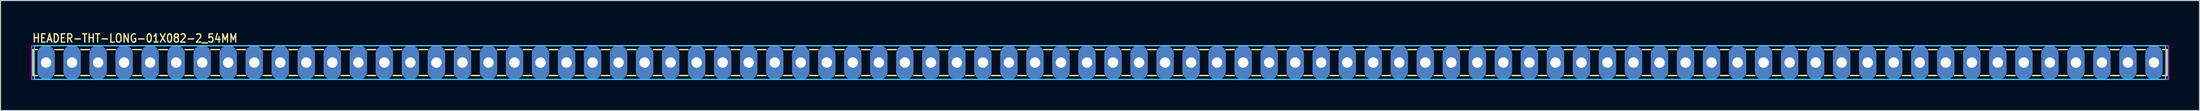
<source format=kicad_pcb>
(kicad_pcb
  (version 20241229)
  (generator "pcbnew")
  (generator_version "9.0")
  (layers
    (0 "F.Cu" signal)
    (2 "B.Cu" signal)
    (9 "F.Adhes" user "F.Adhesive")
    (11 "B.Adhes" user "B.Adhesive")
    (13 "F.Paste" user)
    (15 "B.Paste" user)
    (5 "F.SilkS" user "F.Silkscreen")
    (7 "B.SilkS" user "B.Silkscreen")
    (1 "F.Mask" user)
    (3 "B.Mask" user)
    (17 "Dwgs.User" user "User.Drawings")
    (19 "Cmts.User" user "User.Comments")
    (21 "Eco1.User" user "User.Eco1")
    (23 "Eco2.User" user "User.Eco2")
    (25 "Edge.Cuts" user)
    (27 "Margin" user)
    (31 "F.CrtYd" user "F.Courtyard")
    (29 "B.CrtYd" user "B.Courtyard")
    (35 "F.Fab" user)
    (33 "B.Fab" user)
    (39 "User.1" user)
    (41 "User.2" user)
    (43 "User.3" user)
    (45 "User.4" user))
  (footprint "HEADER-THT-LONG-01X082-2_54MM"
    (layer "F.Cu")
    (at 1.447 3.079)
    (property "Reference" "HEADER-THT-LONG-01X082-2_54MM" (at -1.4 -1.9 0) (unlocked yes) (layer "F.SilkS") (effects (font (size 0.813 0.695) (thickness 0.122)) (justify left bottom)))
    (fp_line (start -1.27 -1.27) (end -1.27 1.27) (stroke (width 0.127) (type solid)) (layer "F.SilkS"))
    (fp_line (start -1.27 1.27) (end -0.85 1.27) (stroke (width 0.127) (type solid)) (layer "F.SilkS"))
    (fp_line (start -0.85 -1.27) (end -1.27 -1.27) (stroke (width 0.127) (type solid)) (layer "F.SilkS"))
    (fp_line (start 0.85 -1.27) (end 1.69 -1.27) (stroke (width 0.127) (type solid)) (layer "F.SilkS"))
    (fp_line (start 0.85 1.27) (end 1.69 1.27) (stroke (width 0.127) (type solid)) (layer "F.SilkS"))
    (fp_line (start 3.39 -1.27) (end 4.23 -1.27) (stroke (width 0.127) (type solid)) (layer "F.SilkS"))
    (fp_line (start 3.39 1.27) (end 4.23 1.27) (stroke (width 0.127) (type solid)) (layer "F.SilkS"))
    (fp_line (start 5.93 -1.27) (end 6.77 -1.27) (stroke (width 0.127) (type solid)) (layer "F.SilkS"))
    (fp_line (start 5.93 1.27) (end 6.77 1.27) (stroke (width 0.127) (type solid)) (layer "F.SilkS"))
    (fp_line (start 8.47 -1.27) (end 9.31 -1.27) (stroke (width 0.127) (type solid)) (layer "F.SilkS"))
    (fp_line (start 8.47 1.27) (end 9.31 1.27) (stroke (width 0.127) (type solid)) (layer "F.SilkS"))
    (fp_line (start 11.01 -1.27) (end 11.85 -1.27) (stroke (width 0.127) (type solid)) (layer "F.SilkS"))
    (fp_line (start 11.01 1.27) (end 11.85 1.27) (stroke (width 0.127) (type solid)) (layer "F.SilkS"))
    (fp_line (start 13.55 -1.27) (end 14.39 -1.27) (stroke (width 0.127) (type solid)) (layer "F.SilkS"))
    (fp_line (start 13.55 1.27) (end 14.39 1.27) (stroke (width 0.127) (type solid)) (layer "F.SilkS"))
    (fp_line (start 16.09 -1.27) (end 16.93 -1.27) (stroke (width 0.127) (type solid)) (layer "F.SilkS"))
    (fp_line (start 16.09 1.27) (end 16.93 1.27) (stroke (width 0.127) (type solid)) (layer "F.SilkS"))
    (fp_line (start 18.63 -1.27) (end 19.47 -1.27) (stroke (width 0.127) (type solid)) (layer "F.SilkS"))
    (fp_line (start 18.63 1.27) (end 19.47 1.27) (stroke (width 0.127) (type solid)) (layer "F.SilkS"))
    (fp_line (start 21.17 -1.27) (end 22.01 -1.27) (stroke (width 0.127) (type solid)) (layer "F.SilkS"))
    (fp_line (start 21.17 1.27) (end 22.01 1.27) (stroke (width 0.127) (type solid)) (layer "F.SilkS"))
    (fp_line (start 23.71 -1.27) (end 24.55 -1.27) (stroke (width 0.127) (type solid)) (layer "F.SilkS"))
    (fp_line (start 23.71 1.27) (end 24.55 1.27) (stroke (width 0.127) (type solid)) (layer "F.SilkS"))
    (fp_line (start 26.25 -1.27) (end 27.09 -1.27) (stroke (width 0.127) (type solid)) (layer "F.SilkS"))
    (fp_line (start 26.25 1.27) (end 27.09 1.27) (stroke (width 0.127) (type solid)) (layer "F.SilkS"))
    (fp_line (start 28.79 -1.27) (end 29.63 -1.27) (stroke (width 0.127) (type solid)) (layer "F.SilkS"))
    (fp_line (start 28.79 1.27) (end 29.63 1.27) (stroke (width 0.127) (type solid)) (layer "F.SilkS"))
    (fp_line (start 31.33 -1.27) (end 32.17 -1.27) (stroke (width 0.127) (type solid)) (layer "F.SilkS"))
    (fp_line (start 31.33 1.27) (end 32.17 1.27) (stroke (width 0.127) (type solid)) (layer "F.SilkS"))
    (fp_line (start 33.87 -1.27) (end 34.71 -1.27) (stroke (width 0.127) (type solid)) (layer "F.SilkS"))
    (fp_line (start 33.87 1.27) (end 34.71 1.27) (stroke (width 0.127) (type solid)) (layer "F.SilkS"))
    (fp_line (start 36.41 -1.27) (end 37.25 -1.27) (stroke (width 0.127) (type solid)) (layer "F.SilkS"))
    (fp_line (start 36.41 1.27) (end 37.25 1.27) (stroke (width 0.127) (type solid)) (layer "F.SilkS"))
    (fp_line (start 38.95 -1.27) (end 39.79 -1.27) (stroke (width 0.127) (type solid)) (layer "F.SilkS"))
    (fp_line (start 38.95 1.27) (end 39.79 1.27) (stroke (width 0.127) (type solid)) (layer "F.SilkS"))
    (fp_line (start 41.49 -1.27) (end 42.33 -1.27) (stroke (width 0.127) (type solid)) (layer "F.SilkS"))
    (fp_line (start 41.49 1.27) (end 42.33 1.27) (stroke (width 0.127) (type solid)) (layer "F.SilkS"))
    (fp_line (start 44.03 -1.27) (end 44.87 -1.27) (stroke (width 0.127) (type solid)) (layer "F.SilkS"))
    (fp_line (start 44.03 1.27) (end 44.87 1.27) (stroke (width 0.127) (type solid)) (layer "F.SilkS"))
    (fp_line (start 46.57 -1.27) (end 47.41 -1.27) (stroke (width 0.127) (type solid)) (layer "F.SilkS"))
    (fp_line (start 46.57 1.27) (end 47.41 1.27) (stroke (width 0.127) (type solid)) (layer "F.SilkS"))
    (fp_line (start 49.11 -1.27) (end 49.95 -1.27) (stroke (width 0.127) (type solid)) (layer "F.SilkS"))
    (fp_line (start 49.11 1.27) (end 49.95 1.27) (stroke (width 0.127) (type solid)) (layer "F.SilkS"))
    (fp_line (start 51.65 -1.27) (end 52.49 -1.27) (stroke (width 0.127) (type solid)) (layer "F.SilkS"))
    (fp_line (start 51.65 1.27) (end 52.49 1.27) (stroke (width 0.127) (type solid)) (layer "F.SilkS"))
    (fp_line (start 54.19 -1.27) (end 55.03 -1.27) (stroke (width 0.127) (type solid)) (layer "F.SilkS"))
    (fp_line (start 54.19 1.27) (end 55.03 1.27) (stroke (width 0.127) (type solid)) (layer "F.SilkS"))
    (fp_line (start 56.73 -1.27) (end 57.57 -1.27) (stroke (width 0.127) (type solid)) (layer "F.SilkS"))
    (fp_line (start 56.73 1.27) (end 57.57 1.27) (stroke (width 0.127) (type solid)) (layer "F.SilkS"))
    (fp_line (start 59.27 -1.27) (end 60.11 -1.27) (stroke (width 0.127) (type solid)) (layer "F.SilkS"))
    (fp_line (start 59.27 1.27) (end 60.11 1.27) (stroke (width 0.127) (type solid)) (layer "F.SilkS"))
    (fp_line (start 61.81 -1.27) (end 62.65 -1.27) (stroke (width 0.127) (type solid)) (layer "F.SilkS"))
    (fp_line (start 61.81 1.27) (end 62.65 1.27) (stroke (width 0.127) (type solid)) (layer "F.SilkS"))
    (fp_line (start 64.35 -1.27) (end 65.19 -1.27) (stroke (width 0.127) (type solid)) (layer "F.SilkS"))
    (fp_line (start 64.35 1.27) (end 65.19 1.27) (stroke (width 0.127) (type solid)) (layer "F.SilkS"))
    (fp_line (start 66.89 -1.27) (end 67.73 -1.27) (stroke (width 0.127) (type solid)) (layer "F.SilkS"))
    (fp_line (start 66.89 1.27) (end 67.73 1.27) (stroke (width 0.127) (type solid)) (layer "F.SilkS"))
    (fp_line (start 69.43 -1.27) (end 70.27 -1.27) (stroke (width 0.127) (type solid)) (layer "F.SilkS"))
    (fp_line (start 69.43 1.27) (end 70.27 1.27) (stroke (width 0.127) (type solid)) (layer "F.SilkS"))
    (fp_line (start 71.97 -1.27) (end 72.81 -1.27) (stroke (width 0.127) (type solid)) (layer "F.SilkS"))
    (fp_line (start 71.97 1.27) (end 72.81 1.27) (stroke (width 0.127) (type solid)) (layer "F.SilkS"))
    (fp_line (start 74.51 -1.27) (end 75.35 -1.27) (stroke (width 0.127) (type solid)) (layer "F.SilkS"))
    (fp_line (start 74.51 1.27) (end 75.35 1.27) (stroke (width 0.127) (type solid)) (layer "F.SilkS"))
    (fp_line (start 77.05 -1.27) (end 77.89 -1.27) (stroke (width 0.127) (type solid)) (layer "F.SilkS"))
    (fp_line (start 77.05 1.27) (end 77.89 1.27) (stroke (width 0.127) (type solid)) (layer "F.SilkS"))
    (fp_line (start 79.59 -1.27) (end 80.43 -1.27) (stroke (width 0.127) (type solid)) (layer "F.SilkS"))
    (fp_line (start 79.59 1.27) (end 80.43 1.27) (stroke (width 0.127) (type solid)) (layer "F.SilkS"))
    (fp_line (start 82.13 -1.27) (end 82.97 -1.27) (stroke (width 0.127) (type solid)) (layer "F.SilkS"))
    (fp_line (start 82.13 1.27) (end 82.97 1.27) (stroke (width 0.127) (type solid)) (layer "F.SilkS"))
    (fp_line (start 84.67 -1.27) (end 85.51 -1.27) (stroke (width 0.127) (type solid)) (layer "F.SilkS"))
    (fp_line (start 84.67 1.27) (end 85.51 1.27) (stroke (width 0.127) (type solid)) (layer "F.SilkS"))
    (fp_line (start 87.21 -1.27) (end 88.05 -1.27) (stroke (width 0.127) (type solid)) (layer "F.SilkS"))
    (fp_line (start 87.21 1.27) (end 88.05 1.27) (stroke (width 0.127) (type solid)) (layer "F.SilkS"))
    (fp_line (start 89.75 -1.27) (end 90.59 -1.27) (stroke (width 0.127) (type solid)) (layer "F.SilkS"))
    (fp_line (start 89.75 1.27) (end 90.59 1.27) (stroke (width 0.127) (type solid)) (layer "F.SilkS"))
    (fp_line (start 92.29 -1.27) (end 93.13 -1.27) (stroke (width 0.127) (type solid)) (layer "F.SilkS"))
    (fp_line (start 92.29 1.27) (end 93.13 1.27) (stroke (width 0.127) (type solid)) (layer "F.SilkS"))
    (fp_line (start 94.83 -1.27) (end 95.67 -1.27) (stroke (width 0.127) (type solid)) (layer "F.SilkS"))
    (fp_line (start 94.83 1.27) (end 95.67 1.27) (stroke (width 0.127) (type solid)) (layer "F.SilkS"))
    (fp_line (start 97.37 -1.27) (end 98.21 -1.27) (stroke (width 0.127) (type solid)) (layer "F.SilkS"))
    (fp_line (start 97.37 1.27) (end 98.21 1.27) (stroke (width 0.127) (type solid)) (layer "F.SilkS"))
    (fp_line (start 99.91 -1.27) (end 100.75 -1.27) (stroke (width 0.127) (type solid)) (layer "F.SilkS"))
    (fp_line (start 99.91 1.27) (end 100.75 1.27) (stroke (width 0.127) (type solid)) (layer "F.SilkS"))
    (fp_line (start 102.45 -1.27) (end 103.29 -1.27) (stroke (width 0.127) (type solid)) (layer "F.SilkS"))
    (fp_line (start 102.45 1.27) (end 103.29 1.27) (stroke (width 0.127) (type solid)) (layer "F.SilkS"))
    (fp_line (start 104.99 -1.27) (end 105.83 -1.27) (stroke (width 0.127) (type solid)) (layer "F.SilkS"))
    (fp_line (start 104.99 1.27) (end 105.83 1.27) (stroke (width 0.127) (type solid)) (layer "F.SilkS"))
    (fp_line (start 107.53 -1.27) (end 108.37 -1.27) (stroke (width 0.127) (type solid)) (layer "F.SilkS"))
    (fp_line (start 107.53 1.27) (end 108.37 1.27) (stroke (width 0.127) (type solid)) (layer "F.SilkS"))
    (fp_line (start 110.07 -1.27) (end 110.91 -1.27) (stroke (width 0.127) (type solid)) (layer "F.SilkS"))
    (fp_line (start 110.07 1.27) (end 110.91 1.27) (stroke (width 0.127) (type solid)) (layer "F.SilkS"))
    (fp_line (start 112.61 -1.27) (end 113.45 -1.27) (stroke (width 0.127) (type solid)) (layer "F.SilkS"))
    (fp_line (start 112.61 1.27) (end 113.45 1.27) (stroke (width 0.127) (type solid)) (layer "F.SilkS"))
    (fp_line (start 115.15 -1.27) (end 115.99 -1.27) (stroke (width 0.127) (type solid)) (layer "F.SilkS"))
    (fp_line (start 115.15 1.27) (end 115.99 1.27) (stroke (width 0.127) (type solid)) (layer "F.SilkS"))
    (fp_line (start 117.69 -1.27) (end 118.53 -1.27) (stroke (width 0.127) (type solid)) (layer "F.SilkS"))
    (fp_line (start 117.69 1.27) (end 118.53 1.27) (stroke (width 0.127) (type solid)) (layer "F.SilkS"))
    (fp_line (start 120.23 -1.27) (end 121.07 -1.27) (stroke (width 0.127) (type solid)) (layer "F.SilkS"))
    (fp_line (start 120.23 1.27) (end 121.07 1.27) (stroke (width 0.127) (type solid)) (layer "F.SilkS"))
    (fp_line (start 122.77 -1.27) (end 123.61 -1.27) (stroke (width 0.127) (type solid)) (layer "F.SilkS"))
    (fp_line (start 122.77 1.27) (end 123.61 1.27) (stroke (width 0.127) (type solid)) (layer "F.SilkS"))
    (fp_line (start 125.31 -1.27) (end 126.15 -1.27) (stroke (width 0.127) (type solid)) (layer "F.SilkS"))
    (fp_line (start 125.31 1.27) (end 126.15 1.27) (stroke (width 0.127) (type solid)) (layer "F.SilkS"))
    (fp_line (start 127.85 -1.27) (end 128.69 -1.27) (stroke (width 0.127) (type solid)) (layer "F.SilkS"))
    (fp_line (start 127.85 1.27) (end 128.69 1.27) (stroke (width 0.127) (type solid)) (layer "F.SilkS"))
    (fp_line (start 130.39 -1.27) (end 131.23 -1.27) (stroke (width 0.127) (type solid)) (layer "F.SilkS"))
    (fp_line (start 130.39 1.27) (end 131.23 1.27) (stroke (width 0.127) (type solid)) (layer "F.SilkS"))
    (fp_line (start 132.93 -1.27) (end 133.77 -1.27) (stroke (width 0.127) (type solid)) (layer "F.SilkS"))
    (fp_line (start 132.93 1.27) (end 133.77 1.27) (stroke (width 0.127) (type solid)) (layer "F.SilkS"))
    (fp_line (start 135.47 -1.27) (end 136.31 -1.27) (stroke (width 0.127) (type solid)) (layer "F.SilkS"))
    (fp_line (start 135.47 1.27) (end 136.31 1.27) (stroke (width 0.127) (type solid)) (layer "F.SilkS"))
    (fp_line (start 138.01 -1.27) (end 138.85 -1.27) (stroke (width 0.127) (type solid)) (layer "F.SilkS"))
    (fp_line (start 138.01 1.27) (end 138.85 1.27) (stroke (width 0.127) (type solid)) (layer "F.SilkS"))
    (fp_line (start 140.55 -1.27) (end 141.39 -1.27) (stroke (width 0.127) (type solid)) (layer "F.SilkS"))
    (fp_line (start 140.55 1.27) (end 141.39 1.27) (stroke (width 0.127) (type solid)) (layer "F.SilkS"))
    (fp_line (start 143.09 -1.27) (end 143.93 -1.27) (stroke (width 0.127) (type solid)) (layer "F.SilkS"))
    (fp_line (start 143.09 1.27) (end 143.93 1.27) (stroke (width 0.127) (type solid)) (layer "F.SilkS"))
    (fp_line (start 145.63 -1.27) (end 146.47 -1.27) (stroke (width 0.127) (type solid)) (layer "F.SilkS"))
    (fp_line (start 145.63 1.27) (end 146.47 1.27) (stroke (width 0.127) (type solid)) (layer "F.SilkS"))
    (fp_line (start 148.17 -1.27) (end 149.01 -1.27) (stroke (width 0.127) (type solid)) (layer "F.SilkS"))
    (fp_line (start 148.17 1.27) (end 149.01 1.27) (stroke (width 0.127) (type solid)) (layer "F.SilkS"))
    (fp_line (start 150.71 -1.27) (end 151.55 -1.27) (stroke (width 0.127) (type solid)) (layer "F.SilkS"))
    (fp_line (start 150.71 1.27) (end 151.55 1.27) (stroke (width 0.127) (type solid)) (layer "F.SilkS"))
    (fp_line (start 153.25 -1.27) (end 154.09 -1.27) (stroke (width 0.127) (type solid)) (layer "F.SilkS"))
    (fp_line (start 153.25 1.27) (end 154.09 1.27) (stroke (width 0.127) (type solid)) (layer "F.SilkS"))
    (fp_line (start 155.79 -1.27) (end 156.63 -1.27) (stroke (width 0.127) (type solid)) (layer "F.SilkS"))
    (fp_line (start 155.79 1.27) (end 156.63 1.27) (stroke (width 0.127) (type solid)) (layer "F.SilkS"))
    (fp_line (start 158.33 -1.27) (end 159.17 -1.27) (stroke (width 0.127) (type solid)) (layer "F.SilkS"))
    (fp_line (start 158.33 1.27) (end 159.17 1.27) (stroke (width 0.127) (type solid)) (layer "F.SilkS"))
    (fp_line (start 160.87 -1.27) (end 161.71 -1.27) (stroke (width 0.127) (type solid)) (layer "F.SilkS"))
    (fp_line (start 160.87 1.27) (end 161.71 1.27) (stroke (width 0.127) (type solid)) (layer "F.SilkS"))
    (fp_line (start 163.41 -1.27) (end 164.25 -1.27) (stroke (width 0.127) (type solid)) (layer "F.SilkS"))
    (fp_line (start 163.41 1.27) (end 164.25 1.27) (stroke (width 0.127) (type solid)) (layer "F.SilkS"))
    (fp_line (start 165.95 -1.27) (end 166.79 -1.27) (stroke (width 0.127) (type solid)) (layer "F.SilkS"))
    (fp_line (start 165.95 1.27) (end 166.79 1.27) (stroke (width 0.127) (type solid)) (layer "F.SilkS"))
    (fp_line (start 168.49 -1.27) (end 169.33 -1.27) (stroke (width 0.127) (type solid)) (layer "F.SilkS"))
    (fp_line (start 168.49 1.27) (end 169.33 1.27) (stroke (width 0.127) (type solid)) (layer "F.SilkS"))
    (fp_line (start 171.03 -1.27) (end 171.87 -1.27) (stroke (width 0.127) (type solid)) (layer "F.SilkS"))
    (fp_line (start 171.03 1.27) (end 171.87 1.27) (stroke (width 0.127) (type solid)) (layer "F.SilkS"))
    (fp_line (start 173.57 -1.27) (end 174.41 -1.27) (stroke (width 0.127) (type solid)) (layer "F.SilkS"))
    (fp_line (start 173.57 1.27) (end 174.41 1.27) (stroke (width 0.127) (type solid)) (layer "F.SilkS"))
    (fp_line (start 176.11 -1.27) (end 176.95 -1.27) (stroke (width 0.127) (type solid)) (layer "F.SilkS"))
    (fp_line (start 176.11 1.27) (end 176.95 1.27) (stroke (width 0.127) (type solid)) (layer "F.SilkS"))
    (fp_line (start 178.65 -1.27) (end 179.49 -1.27) (stroke (width 0.127) (type solid)) (layer "F.SilkS"))
    (fp_line (start 178.65 1.27) (end 179.49 1.27) (stroke (width 0.127) (type solid)) (layer "F.SilkS"))
    (fp_line (start 181.19 -1.27) (end 182.03 -1.27) (stroke (width 0.127) (type solid)) (layer "F.SilkS"))
    (fp_line (start 181.19 1.27) (end 182.03 1.27) (stroke (width 0.127) (type solid)) (layer "F.SilkS"))
    (fp_line (start 183.73 -1.27) (end 184.57 -1.27) (stroke (width 0.127) (type solid)) (layer "F.SilkS"))
    (fp_line (start 183.73 1.27) (end 184.57 1.27) (stroke (width 0.127) (type solid)) (layer "F.SilkS"))
    (fp_line (start 186.27 -1.27) (end 187.11 -1.27) (stroke (width 0.127) (type solid)) (layer "F.SilkS"))
    (fp_line (start 186.27 1.27) (end 187.11 1.27) (stroke (width 0.127) (type solid)) (layer "F.SilkS"))
    (fp_line (start 188.81 -1.27) (end 189.65 -1.27) (stroke (width 0.127) (type solid)) (layer "F.SilkS"))
    (fp_line (start 188.81 1.27) (end 189.65 1.27) (stroke (width 0.127) (type solid)) (layer "F.SilkS"))
    (fp_line (start 191.35 -1.27) (end 192.19 -1.27) (stroke (width 0.127) (type solid)) (layer "F.SilkS"))
    (fp_line (start 191.35 1.27) (end 192.19 1.27) (stroke (width 0.127) (type solid)) (layer "F.SilkS"))
    (fp_line (start 193.89 -1.27) (end 194.73 -1.27) (stroke (width 0.127) (type solid)) (layer "F.SilkS"))
    (fp_line (start 193.89 1.27) (end 194.73 1.27) (stroke (width 0.127) (type solid)) (layer "F.SilkS"))
    (fp_line (start 196.43 -1.27) (end 197.27 -1.27) (stroke (width 0.127) (type solid)) (layer "F.SilkS"))
    (fp_line (start 196.43 1.27) (end 197.27 1.27) (stroke (width 0.127) (type solid)) (layer "F.SilkS"))
    (fp_line (start 198.97 -1.27) (end 199.81 -1.27) (stroke (width 0.127) (type solid)) (layer "F.SilkS"))
    (fp_line (start 198.97 1.27) (end 199.81 1.27) (stroke (width 0.127) (type solid)) (layer "F.SilkS"))
    (fp_line (start 201.51 -1.27) (end 202.35 -1.27) (stroke (width 0.127) (type solid)) (layer "F.SilkS"))
    (fp_line (start 201.51 1.27) (end 202.35 1.27) (stroke (width 0.127) (type solid)) (layer "F.SilkS"))
    (fp_line (start 204.05 -1.27) (end 204.89 -1.27) (stroke (width 0.127) (type solid)) (layer "F.SilkS"))
    (fp_line (start 204.05 1.27) (end 204.89 1.27) (stroke (width 0.127) (type solid)) (layer "F.SilkS"))
    (fp_line (start 206.59 -1.27) (end 207.01 -1.27) (stroke (width 0.127) (type solid)) (layer "F.SilkS"))
    (fp_line (start 207.01 -1.27) (end 207.01 1.27) (stroke (width 0.127) (type solid)) (layer "F.SilkS"))
    (fp_line (start 207.01 1.27) (end 206.59 1.27) (stroke (width 0.127) (type solid)) (layer "F.SilkS"))
    (fp_poly (pts (xy -1.143 -1.651) (xy 206.883 -1.651) (xy 206.883 1.651) (xy -1.143 1.651)) (stroke (width 0.1) (type solid)) (fill no) (layer "B.CrtYd"))
    (fp_poly (pts (xy -1.397 -1.651) (xy 207.137 -1.651) (xy 207.137 1.651) (xy -1.397 1.651)) (stroke (width 0.1) (type solid)) (fill no) (layer "F.CrtYd"))
    (pad "1" thru_hole oval (at 0 0 90) (size 3.387 1.693) (drill 1.016) (layers "*.Cu" "*.Mask"))
    (pad "2" thru_hole oval (at 2.54 0 90) (size 3.387 1.693) (drill 1.016) (layers "*.Cu" "*.Mask"))
    (pad "3" thru_hole oval (at 5.08 0 90) (size 3.387 1.693) (drill 1.016) (layers "*.Cu" "*.Mask"))
    (pad "4" thru_hole oval (at 7.62 0 90) (size 3.387 1.693) (drill 1.016) (layers "*.Cu" "*.Mask"))
    (pad "5" thru_hole oval (at 10.16 0 90) (size 3.387 1.693) (drill 1.016) (layers "*.Cu" "*.Mask"))
    (pad "6" thru_hole oval (at 12.7 0 90) (size 3.387 1.693) (drill 1.016) (layers "*.Cu" "*.Mask"))
    (pad "7" thru_hole oval (at 15.24 0 90) (size 3.387 1.693) (drill 1.016) (layers "*.Cu" "*.Mask"))
    (pad "8" thru_hole oval (at 17.78 0 90) (size 3.387 1.693) (drill 1.016) (layers "*.Cu" "*.Mask"))
    (pad "9" thru_hole oval (at 20.32 0 90) (size 3.387 1.693) (drill 1.016) (layers "*.Cu" "*.Mask"))
    (pad "10" thru_hole oval (at 22.86 0 90) (size 3.387 1.693) (drill 1.016) (layers "*.Cu" "*.Mask"))
    (pad "11" thru_hole oval (at 25.4 0 90) (size 3.387 1.693) (drill 1.016) (layers "*.Cu" "*.Mask"))
    (pad "12" thru_hole oval (at 27.94 0 90) (size 3.387 1.693) (drill 1.016) (layers "*.Cu" "*.Mask"))
    (pad "13" thru_hole oval (at 30.48 0 90) (size 3.387 1.693) (drill 1.016) (layers "*.Cu" "*.Mask"))
    (pad "14" thru_hole oval (at 33.02 0 90) (size 3.387 1.693) (drill 1.016) (layers "*.Cu" "*.Mask"))
    (pad "15" thru_hole oval (at 35.56 0 90) (size 3.387 1.693) (drill 1.016) (layers "*.Cu" "*.Mask"))
    (pad "16" thru_hole oval (at 38.1 0 90) (size 3.387 1.693) (drill 1.016) (layers "*.Cu" "*.Mask"))
    (pad "17" thru_hole oval (at 40.64 0 90) (size 3.387 1.693) (drill 1.016) (layers "*.Cu" "*.Mask"))
    (pad "18" thru_hole oval (at 43.18 0 90) (size 3.387 1.693) (drill 1.016) (layers "*.Cu" "*.Mask"))
    (pad "19" thru_hole oval (at 45.72 0 90) (size 3.387 1.693) (drill 1.016) (layers "*.Cu" "*.Mask"))
    (pad "20" thru_hole oval (at 48.26 0 90) (size 3.387 1.693) (drill 1.016) (layers "*.Cu" "*.Mask"))
    (pad "21" thru_hole oval (at 50.8 0 90) (size 3.387 1.693) (drill 1.016) (layers "*.Cu" "*.Mask"))
    (pad "22" thru_hole oval (at 53.34 0 90) (size 3.387 1.693) (drill 1.016) (layers "*.Cu" "*.Mask"))
    (pad "23" thru_hole oval (at 55.88 0 90) (size 3.387 1.693) (drill 1.016) (layers "*.Cu" "*.Mask"))
    (pad "24" thru_hole oval (at 58.42 0 90) (size 3.387 1.693) (drill 1.016) (layers "*.Cu" "*.Mask"))
    (pad "25" thru_hole oval (at 60.96 0 90) (size 3.387 1.693) (drill 1.016) (layers "*.Cu" "*.Mask"))
    (pad "26" thru_hole oval (at 63.5 0 90) (size 3.387 1.693) (drill 1.016) (layers "*.Cu" "*.Mask"))
    (pad "27" thru_hole oval (at 66.04 0 90) (size 3.387 1.693) (drill 1.016) (layers "*.Cu" "*.Mask"))
    (pad "28" thru_hole oval (at 68.58 0 90) (size 3.387 1.693) (drill 1.016) (layers "*.Cu" "*.Mask"))
    (pad "29" thru_hole oval (at 71.12 0 90) (size 3.387 1.693) (drill 1.016) (layers "*.Cu" "*.Mask"))
    (pad "30" thru_hole oval (at 73.66 0 90) (size 3.387 1.693) (drill 1.016) (layers "*.Cu" "*.Mask"))
    (pad "31" thru_hole oval (at 76.2 0 90) (size 3.387 1.693) (drill 1.016) (layers "*.Cu" "*.Mask"))
    (pad "32" thru_hole oval (at 78.74 0 90) (size 3.387 1.693) (drill 1.016) (layers "*.Cu" "*.Mask"))
    (pad "33" thru_hole oval (at 81.28 0 90) (size 3.387 1.693) (drill 1.016) (layers "*.Cu" "*.Mask"))
    (pad "34" thru_hole oval (at 83.82 0 90) (size 3.387 1.693) (drill 1.016) (layers "*.Cu" "*.Mask"))
    (pad "35" thru_hole oval (at 86.36 0 90) (size 3.387 1.693) (drill 1.016) (layers "*.Cu" "*.Mask"))
    (pad "36" thru_hole oval (at 88.9 0 90) (size 3.387 1.693) (drill 1.016) (layers "*.Cu" "*.Mask"))
    (pad "37" thru_hole oval (at 91.44 0 90) (size 3.387 1.693) (drill 1.016) (layers "*.Cu" "*.Mask"))
    (pad "38" thru_hole oval (at 93.98 0 90) (size 3.387 1.693) (drill 1.016) (layers "*.Cu" "*.Mask"))
    (pad "39" thru_hole oval (at 96.52 0 90) (size 3.387 1.693) (drill 1.016) (layers "*.Cu" "*.Mask"))
    (pad "40" thru_hole oval (at 99.06 0 90) (size 3.387 1.693) (drill 1.016) (layers "*.Cu" "*.Mask"))
    (pad "41" thru_hole oval (at 101.6 0 90) (size 3.387 1.693) (drill 1.016) (layers "*.Cu" "*.Mask"))
    (pad "42" thru_hole oval (at 104.14 0 90) (size 3.387 1.693) (drill 1.016) (layers "*.Cu" "*.Mask"))
    (pad "43" thru_hole oval (at 106.68 0 90) (size 3.387 1.693) (drill 1.016) (layers "*.Cu" "*.Mask"))
    (pad "44" thru_hole oval (at 109.22 0 90) (size 3.387 1.693) (drill 1.016) (layers "*.Cu" "*.Mask"))
    (pad "45" thru_hole oval (at 111.76 0 90) (size 3.387 1.693) (drill 1.016) (layers "*.Cu" "*.Mask"))
    (pad "46" thru_hole oval (at 114.3 0 90) (size 3.387 1.693) (drill 1.016) (layers "*.Cu" "*.Mask"))
    (pad "47" thru_hole oval (at 116.84 0 90) (size 3.387 1.693) (drill 1.016) (layers "*.Cu" "*.Mask"))
    (pad "48" thru_hole oval (at 119.38 0 90) (size 3.387 1.693) (drill 1.016) (layers "*.Cu" "*.Mask"))
    (pad "49" thru_hole oval (at 121.92 0 90) (size 3.387 1.693) (drill 1.016) (layers "*.Cu" "*.Mask"))
    (pad "50" thru_hole oval (at 124.46 0 90) (size 3.387 1.693) (drill 1.016) (layers "*.Cu" "*.Mask"))
    (pad "51" thru_hole oval (at 127 0 90) (size 3.387 1.693) (drill 1.016) (layers "*.Cu" "*.Mask"))
    (pad "52" thru_hole oval (at 129.54 0 90) (size 3.387 1.693) (drill 1.016) (layers "*.Cu" "*.Mask"))
    (pad "53" thru_hole oval (at 132.08 0 90) (size 3.387 1.693) (drill 1.016) (layers "*.Cu" "*.Mask"))
    (pad "54" thru_hole oval (at 134.62 0 90) (size 3.387 1.693) (drill 1.016) (layers "*.Cu" "*.Mask"))
    (pad "55" thru_hole oval (at 137.16 0 90) (size 3.387 1.693) (drill 1.016) (layers "*.Cu" "*.Mask"))
    (pad "56" thru_hole oval (at 139.7 0 90) (size 3.387 1.693) (drill 1.016) (layers "*.Cu" "*.Mask"))
    (pad "57" thru_hole oval (at 142.24 0 90) (size 3.387 1.693) (drill 1.016) (layers "*.Cu" "*.Mask"))
    (pad "58" thru_hole oval (at 144.78 0 90) (size 3.387 1.693) (drill 1.016) (layers "*.Cu" "*.Mask"))
    (pad "59" thru_hole oval (at 147.32 0 90) (size 3.387 1.693) (drill 1.016) (layers "*.Cu" "*.Mask"))
    (pad "60" thru_hole oval (at 149.86 0 90) (size 3.387 1.693) (drill 1.016) (layers "*.Cu" "*.Mask"))
    (pad "61" thru_hole oval (at 152.4 0 90) (size 3.387 1.693) (drill 1.016) (layers "*.Cu" "*.Mask"))
    (pad "62" thru_hole oval (at 154.94 0 90) (size 3.387 1.693) (drill 1.016) (layers "*.Cu" "*.Mask"))
    (pad "63" thru_hole oval (at 157.48 0 90) (size 3.387 1.693) (drill 1.016) (layers "*.Cu" "*.Mask"))
    (pad "64" thru_hole oval (at 160.02 0 90) (size 3.387 1.693) (drill 1.016) (layers "*.Cu" "*.Mask"))
    (pad "65" thru_hole oval (at 162.56 0 90) (size 3.387 1.693) (drill 1.016) (layers "*.Cu" "*.Mask"))
    (pad "66" thru_hole oval (at 165.1 0 90) (size 3.387 1.693) (drill 1.016) (layers "*.Cu" "*.Mask"))
    (pad "67" thru_hole oval (at 167.64 0 90) (size 3.387 1.693) (drill 1.016) (layers "*.Cu" "*.Mask"))
    (pad "68" thru_hole oval (at 170.18 0 90) (size 3.387 1.693) (drill 1.016) (layers "*.Cu" "*.Mask"))
    (pad "69" thru_hole oval (at 172.72 0 90) (size 3.387 1.693) (drill 1.016) (layers "*.Cu" "*.Mask"))
    (pad "70" thru_hole oval (at 175.26 0 90) (size 3.387 1.693) (drill 1.016) (layers "*.Cu" "*.Mask"))
    (pad "71" thru_hole oval (at 177.8 0 90) (size 3.387 1.693) (drill 1.016) (layers "*.Cu" "*.Mask"))
    (pad "72" thru_hole oval (at 180.34 0 90) (size 3.387 1.693) (drill 1.016) (layers "*.Cu" "*.Mask"))
    (pad "73" thru_hole oval (at 182.88 0 90) (size 3.387 1.693) (drill 1.016) (layers "*.Cu" "*.Mask"))
    (pad "74" thru_hole oval (at 185.42 0 90) (size 3.387 1.693) (drill 1.016) (layers "*.Cu" "*.Mask"))
    (pad "75" thru_hole oval (at 187.96 0 90) (size 3.387 1.693) (drill 1.016) (layers "*.Cu" "*.Mask"))
    (pad "76" thru_hole oval (at 190.5 0 90) (size 3.387 1.693) (drill 1.016) (layers "*.Cu" "*.Mask"))
    (pad "77" thru_hole oval (at 193.04 0 90) (size 3.387 1.693) (drill 1.016) (layers "*.Cu" "*.Mask"))
    (pad "78" thru_hole oval (at 195.58 0 90) (size 3.387 1.693) (drill 1.016) (layers "*.Cu" "*.Mask"))
    (pad "79" thru_hole oval (at 198.12 0 90) (size 3.387 1.693) (drill 1.016) (layers "*.Cu" "*.Mask"))
    (pad "80" thru_hole oval (at 200.66 0 90) (size 3.387 1.693) (drill 1.016) (layers "*.Cu" "*.Mask"))
    (pad "81" thru_hole oval (at 203.2 0 90) (size 3.387 1.693) (drill 1.016) (layers "*.Cu" "*.Mask"))
    (pad "82" thru_hole oval (at 205.74 0 90) (size 3.387 1.693) (drill 1.016) (layers "*.Cu" "*.Mask")))
  (gr_rect
    (start -3 -3)
    (end 211.634 7.78)
    (stroke (width 0.1) (type default))
    (fill no)
    (layer "Edge.Cuts")))
</source>
